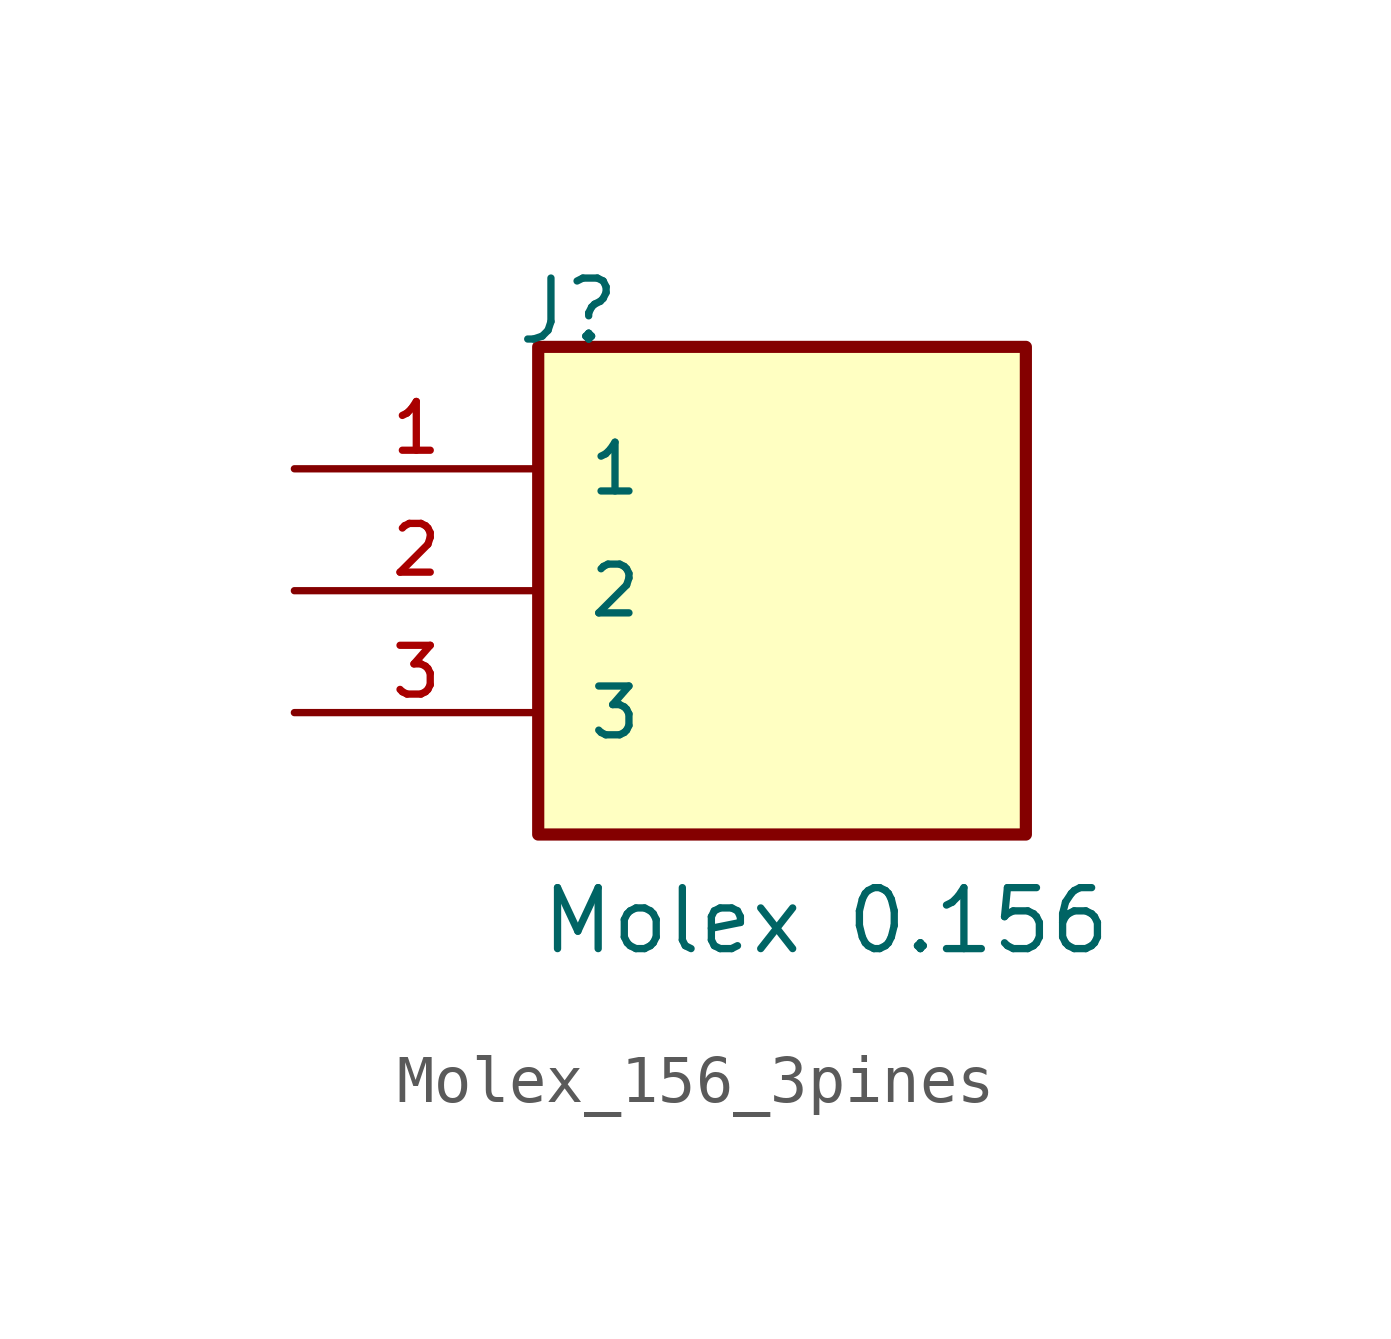
<source format=kicad_sym>
(kicad_symbol_lib
  (version 20220914)
  (generator kicad_symbol_editor)
  (symbol "Molex_156_3pines"
    (pin_names
      (offset 1.016))
    (property "Reference" "J"
      (at -5.58 5.08 0)
      (effects (font (size 1.27 1.27)) (justify left bottom)))
    (property "Value" "Molex 0.156"
      (at -5.08 -7.62 0)
      (effects (font (size 1.27 1.27)) (justify left bottom)))
    (symbol "Molex_156_3pines_0_0"
      (rectangle (start -5.08 -5.08) (end 5.08 5.08) (stroke (width 0.254) (type default)) (fill (type background)))
      (pin passive line (at -10.16 2.54 0) (length 5.08) (name "1" (effects (font (size 1.016 1.016)))) (number "1" (effects (font (size 1.016 1.016)))))
      (pin passive line (at -10.16 0 0) (length 5.08) (name "2" (effects (font (size 1.016 1.016)))) (number "2" (effects (font (size 1.016 1.016)))))
      (pin passive line (at -10.16 -2.54 0) (length 5.08) (name "3" (effects (font (size 1.016 1.016)))) (number "3" (effects (font (size 1.016 1.016))))))))
</source>
